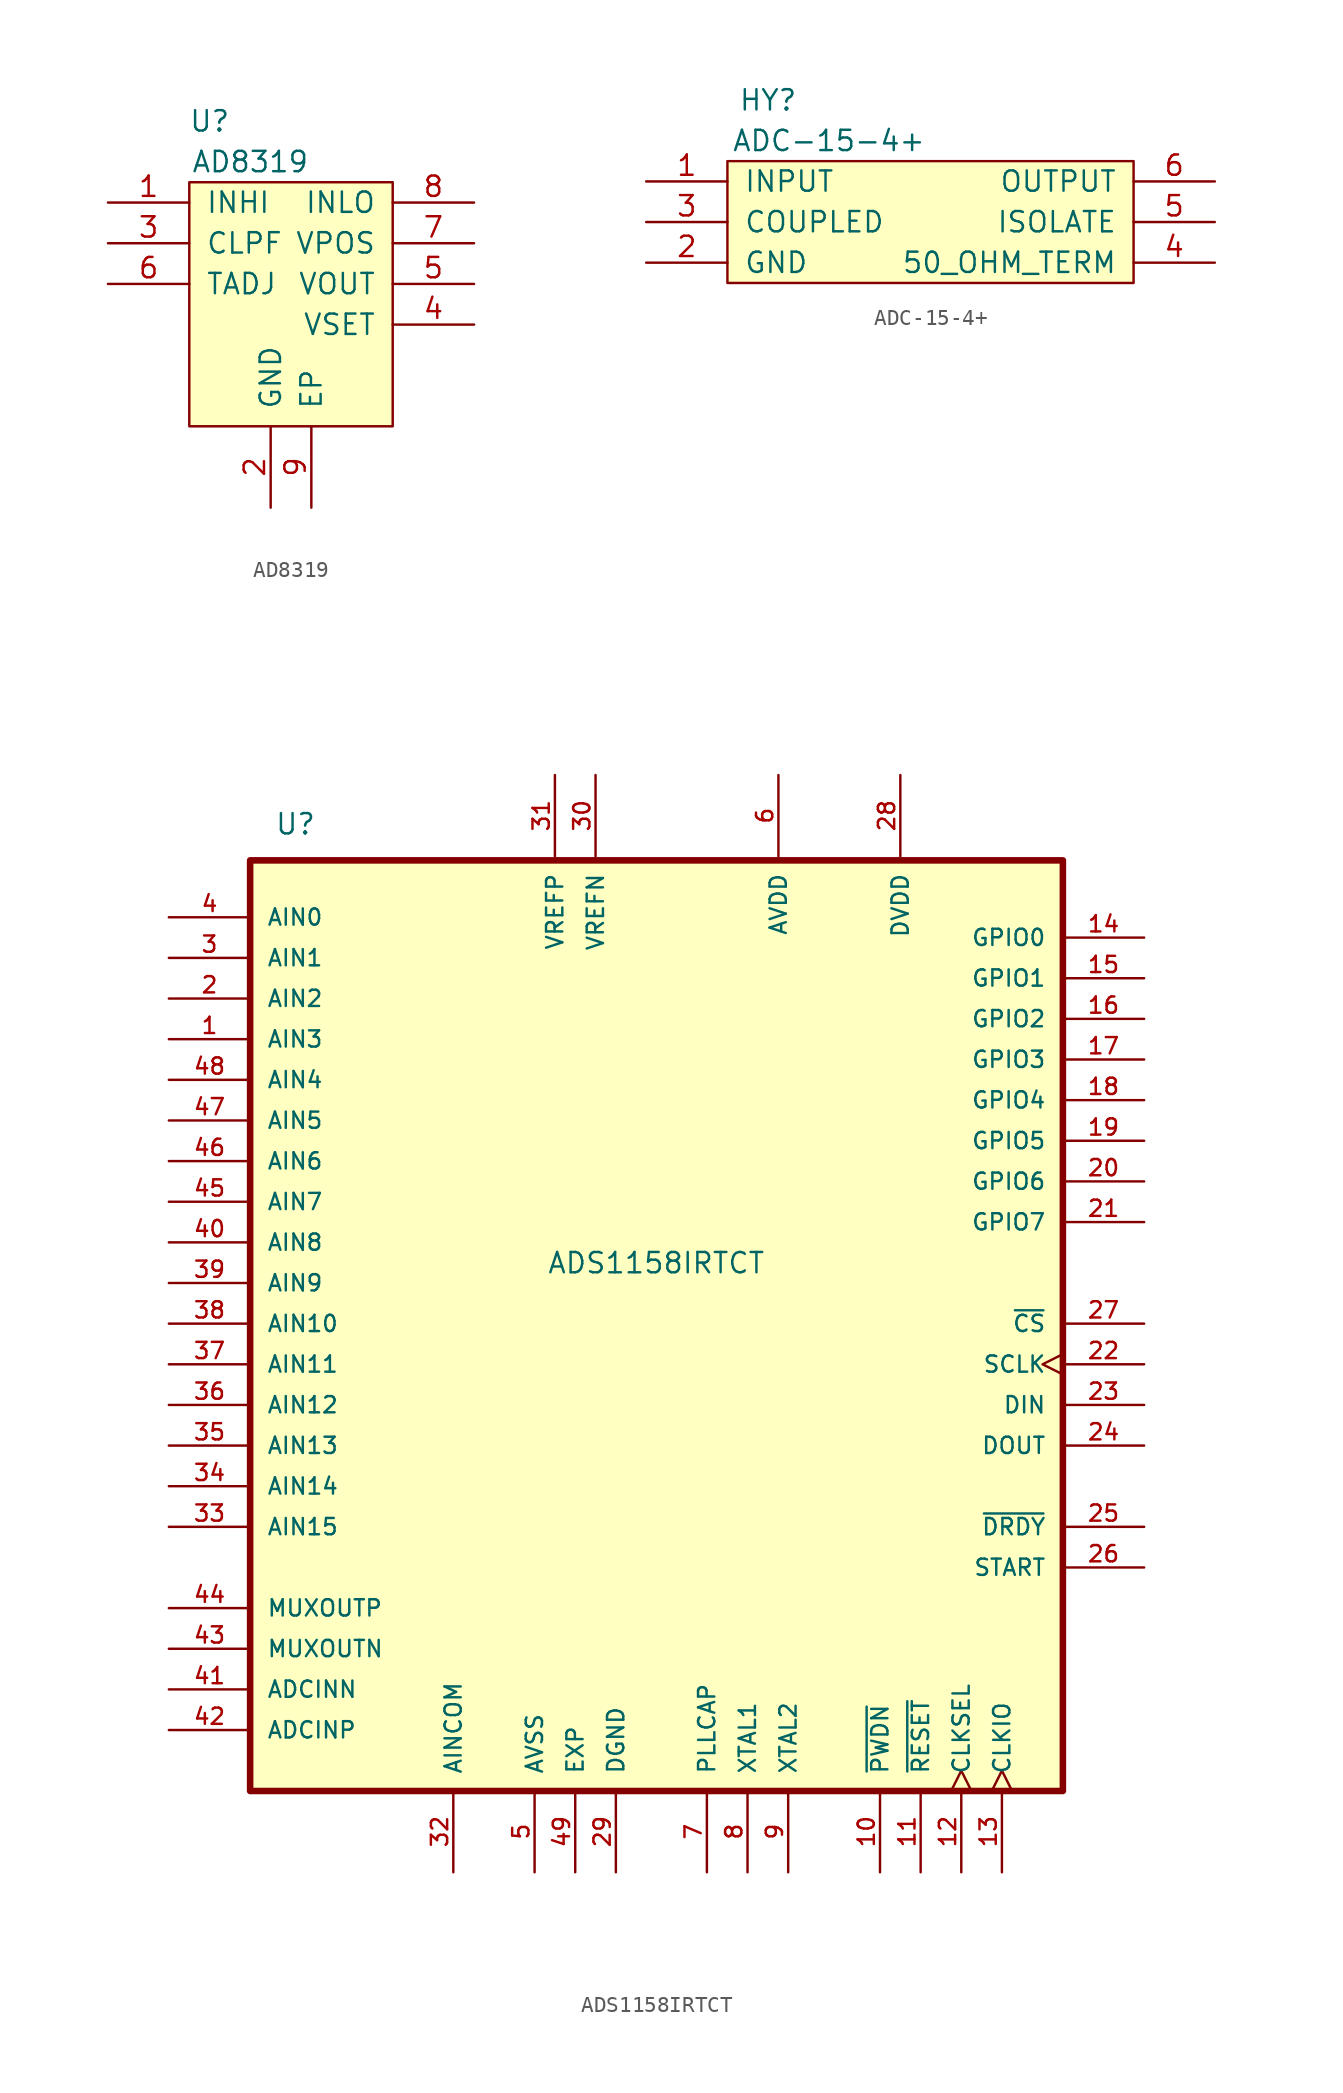
<source format=kicad_sym>
(kicad_symbol_lib
  (version 20231120)
  (generator "kicad_symbol_editor")
  (generator_version "8.0")
  (symbol "AD8319"
    (pin_names
      (offset 1.016))
    (property "Reference" "U"
      (at -5.08 10.16 0)
      (effects (font (size 1.27 1.27))))
    (property "Value" "AD8319"
      (at -2.54 7.62 0)
      (effects (font (size 1.27 1.27))))
    (symbol "AD8319_0_1"
      (rectangle (start -6.35 6.35) (end 6.35 -8.89) (stroke (width 0) (type default)) (fill (type background))))
    (symbol "AD8319_1_0"
      (pin bidirectional line (at -11.43 5.08 0) (length 5.08) (name "INHI" (effects (font (size 1.27 1.27)))) (number "1" (effects (font (size 1.27 1.27)))))
      (pin power_in line (at -1.27 -13.97 90) (length 5.08) (name "GND" (effects (font (size 1.27 1.27)))) (number "2" (effects (font (size 1.27 1.27)))))
      (pin bidirectional line (at -11.43 2.54 0) (length 5.08) (name "CLPF" (effects (font (size 1.27 1.27)))) (number "3" (effects (font (size 1.27 1.27)))))
      (pin bidirectional line (at 11.43 -2.54 180) (length 5.08) (name "VSET" (effects (font (size 1.27 1.27)))) (number "4" (effects (font (size 1.27 1.27)))))
      (pin bidirectional line (at 11.43 0 180) (length 5.08) (name "VOUT" (effects (font (size 1.27 1.27)))) (number "5" (effects (font (size 1.27 1.27)))))
      (pin bidirectional line (at -11.43 0 0) (length 5.08) (name "TADJ" (effects (font (size 1.27 1.27)))) (number "6" (effects (font (size 1.27 1.27)))))
      (pin power_in line (at 11.43 2.54 180) (length 5.08) (name "VPOS" (effects (font (size 1.27 1.27)))) (number "7" (effects (font (size 1.27 1.27)))))
      (pin bidirectional line (at 11.43 5.08 180) (length 5.08) (name "INLO" (effects (font (size 1.27 1.27)))) (number "8" (effects (font (size 1.27 1.27)))))
      (pin power_in line (at 1.27 -13.97 90) (length 5.08) (name "EP" (effects (font (size 1.27 1.27)))) (number "9" (effects (font (size 1.27 1.27)))))))
  (symbol "ADC-15-4+"
    (pin_names
      (offset 1.016))
    (property "Reference" "HY"
      (at -8.89 3.81 0)
      (effects (font (size 1.27 1.27))))
    (property "Value" "ADC-15-4+"
      (at -5.08 1.27 0)
      (effects (font (size 1.27 1.27))))
    (symbol "ADC-15-4+_0_1"
      (rectangle (start 13.97 -7.62) (end -11.43 0) (stroke (width 0) (type default)) (fill (type background))))
    (symbol "ADC-15-4+_1_1"
      (pin bidirectional line (at -16.51 -1.27 0) (length 5.08) (name "INPUT" (effects (font (size 1.27 1.27)))) (number "1" (effects (font (size 1.27 1.27)))))
      (pin power_in line (at -16.51 -6.35 0) (length 5.08) (name "GND" (effects (font (size 1.27 1.27)))) (number "2" (effects (font (size 1.27 1.27)))))
      (pin bidirectional line (at -16.51 -3.81 0) (length 5.08) (name "COUPLED" (effects (font (size 1.27 1.27)))) (number "3" (effects (font (size 1.27 1.27)))))
      (pin bidirectional line (at 19.05 -6.35 180) (length 5.08) (name "50_OHM_TERM" (effects (font (size 1.27 1.27)))) (number "4" (effects (font (size 1.27 1.27)))))
      (pin bidirectional line (at 19.05 -3.81 180) (length 5.08) (name "ISOLATE" (effects (font (size 1.27 1.27)))) (number "5" (effects (font (size 1.27 1.27)))))
      (pin bidirectional line (at 19.05 -1.27 180) (length 5.08) (name "OUTPUT" (effects (font (size 1.27 1.27)))) (number "6" (effects (font (size 1.27 1.27)))))))
  (symbol "ADS1158IRTCT"
    (pin_names
      (offset 1.016))
    (property "Reference" "U"
      (at -23.876 30.48 0)
      (effects (font (size 1.27 1.27)) (justify left bottom)))
    (property "Value" "ADS1158IRTCT"
      (at -6.858 3.048 0)
      (effects (font (size 1.27 1.27)) (justify left bottom)))
    (symbol "ADS1158IRTCT_0_0"
      (rectangle (start -25.4 28.956) (end 25.4 -29.21) (stroke (width 0.41) (type default)) (fill (type background)))
      (pin input line (at -30.48 17.78 0) (length 5.08) (name "AIN3" (effects (font (size 1.016 1.016)))) (number "1" (effects (font (size 1.016 1.016)))))
      (pin input line (at 13.97 -34.29 90) (length 5.08) (name "~{PWDN}" (effects (font (size 1.016 1.016)))) (number "10" (effects (font (size 1.016 1.016)))))
      (pin input line (at 16.51 -34.29 90) (length 5.08) (name "~{RESET}" (effects (font (size 1.016 1.016)))) (number "11" (effects (font (size 1.016 1.016)))))
      (pin input clock (at 19.05 -34.29 90) (length 5.08) (name "CLKSEL" (effects (font (size 1.016 1.016)))) (number "12" (effects (font (size 1.016 1.016)))))
      (pin input clock (at 21.59 -34.29 90) (length 5.08) (name "CLKIO" (effects (font (size 1.016 1.016)))) (number "13" (effects (font (size 1.016 1.016)))))
      (pin bidirectional line (at 30.48 24.13 180) (length 5.08) (name "GPIO0" (effects (font (size 1.016 1.016)))) (number "14" (effects (font (size 1.016 1.016)))))
      (pin bidirectional line (at 30.48 21.59 180) (length 5.08) (name "GPIO1" (effects (font (size 1.016 1.016)))) (number "15" (effects (font (size 1.016 1.016)))))
      (pin bidirectional line (at 30.48 19.05 180) (length 5.08) (name "GPIO2" (effects (font (size 1.016 1.016)))) (number "16" (effects (font (size 1.016 1.016)))))
      (pin bidirectional line (at 30.48 16.51 180) (length 5.08) (name "GPIO3" (effects (font (size 1.016 1.016)))) (number "17" (effects (font (size 1.016 1.016)))))
      (pin bidirectional line (at 30.48 13.97 180) (length 5.08) (name "GPIO4" (effects (font (size 1.016 1.016)))) (number "18" (effects (font (size 1.016 1.016)))))
      (pin bidirectional line (at 30.48 11.43 180) (length 5.08) (name "GPIO5" (effects (font (size 1.016 1.016)))) (number "19" (effects (font (size 1.016 1.016)))))
      (pin input line (at -30.48 20.32 0) (length 5.08) (name "AIN2" (effects (font (size 1.016 1.016)))) (number "2" (effects (font (size 1.016 1.016)))))
      (pin bidirectional line (at 30.48 8.89 180) (length 5.08) (name "GPIO6" (effects (font (size 1.016 1.016)))) (number "20" (effects (font (size 1.016 1.016)))))
      (pin bidirectional line (at 30.48 6.35 180) (length 5.08) (name "GPIO7" (effects (font (size 1.016 1.016)))) (number "21" (effects (font (size 1.016 1.016)))))
      (pin input clock (at 30.48 -2.54 180) (length 5.08) (name "SCLK" (effects (font (size 1.016 1.016)))) (number "22" (effects (font (size 1.016 1.016)))))
      (pin input line (at 30.48 -5.08 180) (length 5.08) (name "DIN" (effects (font (size 1.016 1.016)))) (number "23" (effects (font (size 1.016 1.016)))))
      (pin output line (at 30.48 -7.62 180) (length 5.08) (name "DOUT" (effects (font (size 1.016 1.016)))) (number "24" (effects (font (size 1.016 1.016)))))
      (pin output line (at 30.48 -12.7 180) (length 5.08) (name "~{DRDY}" (effects (font (size 1.016 1.016)))) (number "25" (effects (font (size 1.016 1.016)))))
      (pin input line (at 30.48 -15.24 180) (length 5.08) (name "START" (effects (font (size 1.016 1.016)))) (number "26" (effects (font (size 1.016 1.016)))))
      (pin input line (at 30.48 0 180) (length 5.08) (name "~{CS}" (effects (font (size 1.016 1.016)))) (number "27" (effects (font (size 1.016 1.016)))))
      (pin power_in line (at 15.24 34.29 270) (length 5.08) (name "DVDD" (effects (font (size 1.016 1.016)))) (number "28" (effects (font (size 1.016 1.016)))))
      (pin power_in line (at -2.54 -34.29 90) (length 5.08) (name "DGND" (effects (font (size 1.016 1.016)))) (number "29" (effects (font (size 1.016 1.016)))))
      (pin input line (at -30.48 22.86 0) (length 5.08) (name "AIN1" (effects (font (size 1.016 1.016)))) (number "3" (effects (font (size 1.016 1.016)))))
      (pin input line (at -3.81 34.29 270) (length 5.08) (name "VREFN" (effects (font (size 1.016 1.016)))) (number "30" (effects (font (size 1.016 1.016)))))
      (pin input line (at -6.35 34.29 270) (length 5.08) (name "VREFP" (effects (font (size 1.016 1.016)))) (number "31" (effects (font (size 1.016 1.016)))))
      (pin input line (at -12.7 -34.29 90) (length 5.08) (name "AINCOM" (effects (font (size 1.016 1.016)))) (number "32" (effects (font (size 1.016 1.016)))))
      (pin input line (at -30.48 -12.7 0) (length 5.08) (name "AIN15" (effects (font (size 1.016 1.016)))) (number "33" (effects (font (size 1.016 1.016)))))
      (pin input line (at -30.48 -10.16 0) (length 5.08) (name "AIN14" (effects (font (size 1.016 1.016)))) (number "34" (effects (font (size 1.016 1.016)))))
      (pin input line (at -30.48 -7.62 0) (length 5.08) (name "AIN13" (effects (font (size 1.016 1.016)))) (number "35" (effects (font (size 1.016 1.016)))))
      (pin input line (at -30.48 -5.08 0) (length 5.08) (name "AIN12" (effects (font (size 1.016 1.016)))) (number "36" (effects (font (size 1.016 1.016)))))
      (pin input line (at -30.48 -2.54 0) (length 5.08) (name "AIN11" (effects (font (size 1.016 1.016)))) (number "37" (effects (font (size 1.016 1.016)))))
      (pin input line (at -30.48 0 0) (length 5.08) (name "AIN10" (effects (font (size 1.016 1.016)))) (number "38" (effects (font (size 1.016 1.016)))))
      (pin input line (at -30.48 2.54 0) (length 5.08) (name "AIN9" (effects (font (size 1.016 1.016)))) (number "39" (effects (font (size 1.016 1.016)))))
      (pin input line (at -30.48 25.4 0) (length 5.08) (name "AIN0" (effects (font (size 1.016 1.016)))) (number "4" (effects (font (size 1.016 1.016)))))
      (pin input line (at -30.48 5.08 0) (length 5.08) (name "AIN8" (effects (font (size 1.016 1.016)))) (number "40" (effects (font (size 1.016 1.016)))))
      (pin input line (at -30.48 -22.86 0) (length 5.08) (name "ADCINN" (effects (font (size 1.016 1.016)))) (number "41" (effects (font (size 1.016 1.016)))))
      (pin input line (at -30.48 -25.4 0) (length 5.08) (name "ADCINP" (effects (font (size 1.016 1.016)))) (number "42" (effects (font (size 1.016 1.016)))))
      (pin output line (at -30.48 -20.32 0) (length 5.08) (name "MUXOUTN" (effects (font (size 1.016 1.016)))) (number "43" (effects (font (size 1.016 1.016)))))
      (pin output line (at -30.48 -17.78 0) (length 5.08) (name "MUXOUTP" (effects (font (size 1.016 1.016)))) (number "44" (effects (font (size 1.016 1.016)))))
      (pin input line (at -30.48 7.62 0) (length 5.08) (name "AIN7" (effects (font (size 1.016 1.016)))) (number "45" (effects (font (size 1.016 1.016)))))
      (pin input line (at -30.48 10.16 0) (length 5.08) (name "AIN6" (effects (font (size 1.016 1.016)))) (number "46" (effects (font (size 1.016 1.016)))))
      (pin input line (at -30.48 12.7 0) (length 5.08) (name "AIN5" (effects (font (size 1.016 1.016)))) (number "47" (effects (font (size 1.016 1.016)))))
      (pin input line (at -30.48 15.24 0) (length 5.08) (name "AIN4" (effects (font (size 1.016 1.016)))) (number "48" (effects (font (size 1.016 1.016)))))
      (pin power_in line (at -5.08 -34.29 90) (length 5.08) (name "EXP" (effects (font (size 1.016 1.016)))) (number "49" (effects (font (size 1.016 1.016)))))
      (pin power_in line (at -7.62 -34.29 90) (length 5.08) (name "AVSS" (effects (font (size 1.016 1.016)))) (number "5" (effects (font (size 1.016 1.016)))))
      (pin power_in line (at 7.62 34.29 270) (length 5.08) (name "AVDD" (effects (font (size 1.016 1.016)))) (number "6" (effects (font (size 1.016 1.016)))))
      (pin bidirectional line (at 3.15 -34.29 90) (length 5.08) (name "PLLCAP" (effects (font (size 1.016 1.016)))) (number "7" (effects (font (size 1.016 1.016)))))
      (pin input line (at 5.69 -34.29 90) (length 5.08) (name "XTAL1" (effects (font (size 1.016 1.016)))) (number "8" (effects (font (size 1.016 1.016)))))
      (pin input line (at 8.23 -34.29 90) (length 5.08) (name "XTAL2" (effects (font (size 1.016 1.016)))) (number "9" (effects (font (size 1.016 1.016))))))))
</source>
